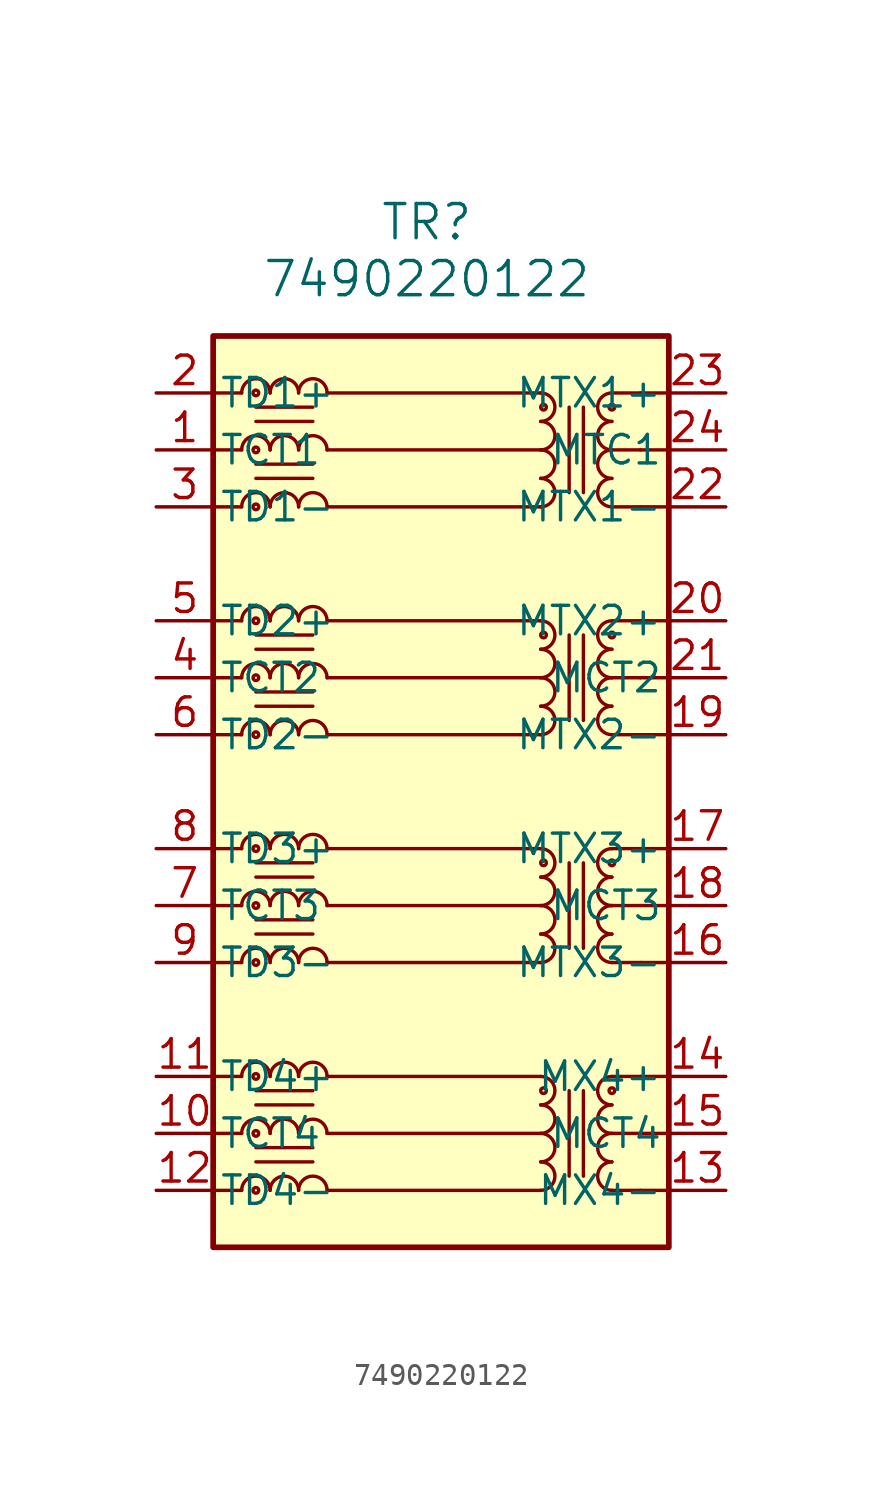
<source format=kicad_sym>
(kicad_symbol_lib
  (version 20211014)
  (generator kicad_symbol_editor)
  (symbol "7490220122"
    (pin_names
      (offset 0.254))
    (property "Reference" "TR"
      (at 20.32 10.16 0)
      (effects (font (size 1.524 1.524))))
    (property "Value" "7490220122"
      (at 20.32 7.62 0)
      (effects (font (size 1.524 1.524))))
    (symbol "7490220122_0_1"
      (polyline (pts (xy 10.795 -2.54) (xy 12.065 -2.54)) (stroke (width 0) (type default) (color 0 0 0 0)) (fill (type none)))
      (polyline (pts (xy 10.795 0) (xy 12.065 0)) (stroke (width 0) (type default) (color 0 0 0 0)) (fill (type none)))
      (polyline (pts (xy 10.795 2.54) (xy 12.065 2.54)) (stroke (width 0) (type default) (color 0 0 0 0)) (fill (type none)))
      (rectangle (start 10.795 -35.56) (end 31.115 5.08) (stroke (width 0.254) (type default) (color 0 0 0 0)) (fill (type background)))
      (pin passive line (at 8.255 0 0) (length 2.54) (name "TCT1" (effects (font (size 1.27 1.27)))) (number "1" (effects (font (size 1.27 1.27)))))
      (pin passive line (at 8.255 -30.48 0) (length 2.54) (name "TCT4" (effects (font (size 1.27 1.27)))) (number "10" (effects (font (size 1.27 1.27)))))
      (pin passive line (at 8.255 -27.94 0) (length 2.54) (name "TD4+" (effects (font (size 1.27 1.27)))) (number "11" (effects (font (size 1.27 1.27)))))
      (pin passive line (at 8.255 -33.02 0) (length 2.54) (name "TD4-" (effects (font (size 1.27 1.27)))) (number "12" (effects (font (size 1.27 1.27)))))
      (pin passive line (at 33.655 -33.02 180) (length 2.54) (name "MX4-" (effects (font (size 1.27 1.27)))) (number "13" (effects (font (size 1.27 1.27)))))
      (pin passive line (at 33.655 -27.94 180) (length 2.54) (name "MX4+" (effects (font (size 1.27 1.27)))) (number "14" (effects (font (size 1.27 1.27)))))
      (pin passive line (at 33.655 -30.48 180) (length 2.54) (name "MCT4" (effects (font (size 1.27 1.27)))) (number "15" (effects (font (size 1.27 1.27)))))
      (pin passive line (at 33.655 -22.86 180) (length 2.54) (name "MTX3-" (effects (font (size 1.27 1.27)))) (number "16" (effects (font (size 1.27 1.27)))))
      (pin passive line (at 33.655 -17.78 180) (length 2.54) (name "MTX3+" (effects (font (size 1.27 1.27)))) (number "17" (effects (font (size 1.27 1.27)))))
      (pin passive line (at 33.655 -20.32 180) (length 2.54) (name "MCT3" (effects (font (size 1.27 1.27)))) (number "18" (effects (font (size 1.27 1.27)))))
      (pin passive line (at 33.655 -12.7 180) (length 2.54) (name "MTX2-" (effects (font (size 1.27 1.27)))) (number "19" (effects (font (size 1.27 1.27)))))
      (pin passive line (at 8.255 2.54 0) (length 2.54) (name "TD1+" (effects (font (size 1.27 1.27)))) (number "2" (effects (font (size 1.27 1.27)))))
      (pin passive line (at 33.655 -7.62 180) (length 2.54) (name "MTX2+" (effects (font (size 1.27 1.27)))) (number "20" (effects (font (size 1.27 1.27)))))
      (pin passive line (at 33.655 -10.16 180) (length 2.54) (name "MCT2" (effects (font (size 1.27 1.27)))) (number "21" (effects (font (size 1.27 1.27)))))
      (pin passive line (at 33.655 -2.54 180) (length 2.54) (name "MTX1-" (effects (font (size 1.27 1.27)))) (number "22" (effects (font (size 1.27 1.27)))))
      (pin passive line (at 33.655 2.54 180) (length 2.54) (name "MTX1+" (effects (font (size 1.27 1.27)))) (number "23" (effects (font (size 1.27 1.27)))))
      (pin passive line (at 33.655 0 180) (length 2.54) (name "MTC1" (effects (font (size 1.27 1.27)))) (number "24" (effects (font (size 1.27 1.27)))))
      (pin passive line (at 8.255 -2.54 0) (length 2.54) (name "TD1-" (effects (font (size 1.27 1.27)))) (number "3" (effects (font (size 1.27 1.27)))))
      (pin passive line (at 8.255 -10.16 0) (length 2.54) (name "TCT2" (effects (font (size 1.27 1.27)))) (number "4" (effects (font (size 1.27 1.27)))))
      (pin passive line (at 8.255 -7.62 0) (length 2.54) (name "TD2+" (effects (font (size 1.27 1.27)))) (number "5" (effects (font (size 1.27 1.27)))))
      (pin passive line (at 8.255 -12.7 0) (length 2.54) (name "TD2-" (effects (font (size 1.27 1.27)))) (number "6" (effects (font (size 1.27 1.27)))))
      (pin passive line (at 8.255 -20.32 0) (length 2.54) (name "TCT3" (effects (font (size 1.27 1.27)))) (number "7" (effects (font (size 1.27 1.27)))))
      (pin passive line (at 8.255 -17.78 0) (length 2.54) (name "TD3+" (effects (font (size 1.27 1.27)))) (number "8" (effects (font (size 1.27 1.27)))))
      (pin passive line (at 8.255 -22.86 0) (length 2.54) (name "TD3-" (effects (font (size 1.27 1.27)))) (number "9" (effects (font (size 1.27 1.27))))))
    (symbol "7490220122_1_1"
      (polyline (pts (xy 10.795 -33.02) (xy 12.065 -33.02)) (stroke (width 0) (type default) (color 0 0 0 0)) (fill (type none)))
      (polyline (pts (xy 10.795 -30.48) (xy 12.065 -30.48)) (stroke (width 0) (type default) (color 0 0 0 0)) (fill (type none)))
      (polyline (pts (xy 10.795 -27.94) (xy 12.065 -27.94)) (stroke (width 0) (type default) (color 0 0 0 0)) (fill (type none)))
      (polyline (pts (xy 10.795 -22.86) (xy 12.065 -22.86)) (stroke (width 0) (type default) (color 0 0 0 0)) (fill (type none)))
      (polyline (pts (xy 10.795 -20.32) (xy 12.065 -20.32)) (stroke (width 0) (type default) (color 0 0 0 0)) (fill (type none)))
      (polyline (pts (xy 10.795 -17.78) (xy 12.065 -17.78)) (stroke (width 0) (type default) (color 0 0 0 0)) (fill (type none)))
      (polyline (pts (xy 10.795 -12.7) (xy 12.065 -12.7)) (stroke (width 0) (type default) (color 0 0 0 0)) (fill (type none)))
      (polyline (pts (xy 10.795 -10.16) (xy 12.065 -10.16)) (stroke (width 0) (type default) (color 0 0 0 0)) (fill (type none)))
      (polyline (pts (xy 10.795 -7.62) (xy 12.065 -7.62)) (stroke (width 0) (type default) (color 0 0 0 0)) (fill (type none)))
      (polyline (pts (xy 12.7 -31.75) (xy 15.24 -31.75)) (stroke (width 0) (type default) (color 0 0 0 0)) (fill (type none)))
      (polyline (pts (xy 12.7 -31.115) (xy 15.24 -31.115)) (stroke (width 0) (type default) (color 0 0 0 0)) (fill (type none)))
      (polyline (pts (xy 12.7 -29.21) (xy 15.24 -29.21)) (stroke (width 0) (type default) (color 0 0 0 0)) (fill (type none)))
      (polyline (pts (xy 12.7 -28.575) (xy 15.24 -28.575)) (stroke (width 0) (type default) (color 0 0 0 0)) (fill (type none)))
      (polyline (pts (xy 12.7 -21.59) (xy 15.24 -21.59)) (stroke (width 0) (type default) (color 0 0 0 0)) (fill (type none)))
      (polyline (pts (xy 12.7 -20.955) (xy 15.24 -20.955)) (stroke (width 0) (type default) (color 0 0 0 0)) (fill (type none)))
      (polyline (pts (xy 12.7 -19.05) (xy 15.24 -19.05)) (stroke (width 0) (type default) (color 0 0 0 0)) (fill (type none)))
      (polyline (pts (xy 12.7 -18.415) (xy 15.24 -18.415)) (stroke (width 0) (type default) (color 0 0 0 0)) (fill (type none)))
      (polyline (pts (xy 12.7 -11.43) (xy 15.24 -11.43)) (stroke (width 0) (type default) (color 0 0 0 0)) (fill (type none)))
      (polyline (pts (xy 12.7 -10.795) (xy 15.24 -10.795)) (stroke (width 0) (type default) (color 0 0 0 0)) (fill (type none)))
      (polyline (pts (xy 12.7 -8.89) (xy 15.24 -8.89)) (stroke (width 0) (type default) (color 0 0 0 0)) (fill (type none)))
      (polyline (pts (xy 12.7 -8.255) (xy 15.24 -8.255)) (stroke (width 0) (type default) (color 0 0 0 0)) (fill (type none)))
      (polyline (pts (xy 12.7 -1.27) (xy 15.24 -1.27)) (stroke (width 0) (type default) (color 0 0 0 0)) (fill (type none)))
      (polyline (pts (xy 12.7 -0.635) (xy 15.24 -0.635)) (stroke (width 0) (type default) (color 0 0 0 0)) (fill (type none)))
      (polyline (pts (xy 12.7 1.27) (xy 15.24 1.27)) (stroke (width 0) (type default) (color 0 0 0 0)) (fill (type none)))
      (polyline (pts (xy 12.7 1.905) (xy 15.24 1.905)) (stroke (width 0) (type default) (color 0 0 0 0)) (fill (type none)))
      (polyline (pts (xy 15.875 -33.02) (xy 25.4 -33.02)) (stroke (width 0) (type default) (color 0 0 0 0)) (fill (type none)))
      (polyline (pts (xy 15.875 -30.48) (xy 25.4 -30.48)) (stroke (width 0) (type default) (color 0 0 0 0)) (fill (type none)))
      (polyline (pts (xy 15.875 -27.94) (xy 25.4 -27.94)) (stroke (width 0) (type default) (color 0 0 0 0)) (fill (type none)))
      (polyline (pts (xy 15.875 -22.86) (xy 25.4 -22.86)) (stroke (width 0) (type default) (color 0 0 0 0)) (fill (type none)))
      (polyline (pts (xy 15.875 -20.32) (xy 25.4 -20.32)) (stroke (width 0) (type default) (color 0 0 0 0)) (fill (type none)))
      (polyline (pts (xy 15.875 -17.78) (xy 25.4 -17.78)) (stroke (width 0) (type default) (color 0 0 0 0)) (fill (type none)))
      (polyline (pts (xy 15.875 -12.7) (xy 25.4 -12.7)) (stroke (width 0) (type default) (color 0 0 0 0)) (fill (type none)))
      (polyline (pts (xy 15.875 -10.16) (xy 25.4 -10.16)) (stroke (width 0) (type default) (color 0 0 0 0)) (fill (type none)))
      (polyline (pts (xy 15.875 -7.62) (xy 25.4 -7.62)) (stroke (width 0) (type default) (color 0 0 0 0)) (fill (type none)))
      (polyline (pts (xy 15.875 -2.54) (xy 25.4 -2.54)) (stroke (width 0) (type default) (color 0 0 0 0)) (fill (type none)))
      (polyline (pts (xy 15.875 0) (xy 25.4 0)) (stroke (width 0) (type default) (color 0 0 0 0)) (fill (type none)))
      (polyline (pts (xy 15.875 2.54) (xy 25.4 2.54)) (stroke (width 0) (type default) (color 0 0 0 0)) (fill (type none)))
      (polyline (pts (xy 26.67 -32.385) (xy 26.67 -28.575)) (stroke (width 0) (type default) (color 0 0 0 0)) (fill (type none)))
      (polyline (pts (xy 26.67 -22.225) (xy 26.67 -18.415)) (stroke (width 0) (type default) (color 0 0 0 0)) (fill (type none)))
      (polyline (pts (xy 26.67 -12.065) (xy 26.67 -8.255)) (stroke (width 0) (type default) (color 0 0 0 0)) (fill (type none)))
      (polyline (pts (xy 26.67 -1.905) (xy 26.67 1.905)) (stroke (width 0) (type default) (color 0 0 0 0)) (fill (type none)))
      (polyline (pts (xy 27.305 -32.385) (xy 27.305 -28.575)) (stroke (width 0) (type default) (color 0 0 0 0)) (fill (type none)))
      (polyline (pts (xy 27.305 -22.225) (xy 27.305 -18.415)) (stroke (width 0) (type default) (color 0 0 0 0)) (fill (type none)))
      (polyline (pts (xy 27.305 -12.065) (xy 27.305 -8.255)) (stroke (width 0) (type default) (color 0 0 0 0)) (fill (type none)))
      (polyline (pts (xy 27.305 -1.905) (xy 27.305 1.905)) (stroke (width 0) (type default) (color 0 0 0 0)) (fill (type none)))
      (polyline (pts (xy 29.845 -33.02) (xy 28.575 -33.02)) (stroke (width 0) (type default) (color 0 0 0 0)) (fill (type none)))
      (polyline (pts (xy 29.845 -30.48) (xy 28.575 -30.48)) (stroke (width 0) (type default) (color 0 0 0 0)) (fill (type none)))
      (polyline (pts (xy 29.845 -27.94) (xy 28.575 -27.94)) (stroke (width 0) (type default) (color 0 0 0 0)) (fill (type none)))
      (polyline (pts (xy 29.845 -22.86) (xy 28.575 -22.86)) (stroke (width 0) (type default) (color 0 0 0 0)) (fill (type none)))
      (polyline (pts (xy 29.845 -20.32) (xy 28.575 -20.32)) (stroke (width 0) (type default) (color 0 0 0 0)) (fill (type none)))
      (polyline (pts (xy 29.845 -17.78) (xy 28.575 -17.78)) (stroke (width 0) (type default) (color 0 0 0 0)) (fill (type none)))
      (polyline (pts (xy 29.845 -12.7) (xy 28.575 -12.7)) (stroke (width 0) (type default) (color 0 0 0 0)) (fill (type none)))
      (polyline (pts (xy 29.845 -10.16) (xy 28.575 -10.16)) (stroke (width 0) (type default) (color 0 0 0 0)) (fill (type none)))
      (polyline (pts (xy 29.845 -7.62) (xy 28.575 -7.62)) (stroke (width 0) (type default) (color 0 0 0 0)) (fill (type none)))
      (polyline (pts (xy 29.845 -2.54) (xy 28.575 -2.54)) (stroke (width 0) (type default) (color 0 0 0 0)) (fill (type none)))
      (polyline (pts (xy 29.845 0) (xy 28.575 0)) (stroke (width 0) (type default) (color 0 0 0 0)) (fill (type none)))
      (polyline (pts (xy 29.845 2.54) (xy 28.575 2.54)) (stroke (width 0) (type default) (color 0 0 0 0)) (fill (type none)))
      (polyline (pts (xy 31.115 -33.02) (xy 29.845 -33.02)) (stroke (width 0) (type default) (color 0 0 0 0)) (fill (type none)))
      (polyline (pts (xy 31.115 -30.48) (xy 29.845 -30.48)) (stroke (width 0) (type default) (color 0 0 0 0)) (fill (type none)))
      (polyline (pts (xy 31.115 -27.94) (xy 29.845 -27.94)) (stroke (width 0) (type default) (color 0 0 0 0)) (fill (type none)))
      (polyline (pts (xy 31.115 -22.86) (xy 29.845 -22.86)) (stroke (width 0) (type default) (color 0 0 0 0)) (fill (type none)))
      (polyline (pts (xy 31.115 -20.32) (xy 29.845 -20.32)) (stroke (width 0) (type default) (color 0 0 0 0)) (fill (type none)))
      (polyline (pts (xy 31.115 -17.78) (xy 29.845 -17.78)) (stroke (width 0) (type default) (color 0 0 0 0)) (fill (type none)))
      (polyline (pts (xy 31.115 -12.7) (xy 29.845 -12.7)) (stroke (width 0) (type default) (color 0 0 0 0)) (fill (type none)))
      (polyline (pts (xy 31.115 -10.16) (xy 29.845 -10.16)) (stroke (width 0) (type default) (color 0 0 0 0)) (fill (type none)))
      (polyline (pts (xy 31.115 -7.62) (xy 29.845 -7.62)) (stroke (width 0) (type default) (color 0 0 0 0)) (fill (type none)))
      (polyline (pts (xy 31.115 -2.54) (xy 29.845 -2.54)) (stroke (width 0) (type default) (color 0 0 0 0)) (fill (type none)))
      (polyline (pts (xy 31.115 0) (xy 29.845 0)) (stroke (width 0) (type default) (color 0 0 0 0)) (fill (type none)))
      (polyline (pts (xy 31.115 2.54) (xy 29.845 2.54)) (stroke (width 0) (type default) (color 0 0 0 0)) (fill (type none)))
      (circle (center 12.7 -33.02) (radius 0.127) (stroke (width 0) (type default) (color 0 0 0 0)) (fill (type none)))
      (circle (center 12.7 -30.48) (radius 0.127) (stroke (width 0) (type default) (color 0 0 0 0)) (fill (type none)))
      (circle (center 12.7 -27.94) (radius 0.127) (stroke (width 0) (type default) (color 0 0 0 0)) (fill (type none)))
      (circle (center 12.7 -22.86) (radius 0.127) (stroke (width 0) (type default) (color 0 0 0 0)) (fill (type none)))
      (circle (center 12.7 -20.32) (radius 0.127) (stroke (width 0) (type default) (color 0 0 0 0)) (fill (type none)))
      (circle (center 12.7 -17.78) (radius 0.127) (stroke (width 0) (type default) (color 0 0 0 0)) (fill (type none)))
      (circle (center 12.7 -12.7) (radius 0.127) (stroke (width 0) (type default) (color 0 0 0 0)) (fill (type none)))
      (circle (center 12.7 -10.16) (radius 0.127) (stroke (width 0) (type default) (color 0 0 0 0)) (fill (type none)))
      (circle (center 12.7 -7.62) (radius 0.127) (stroke (width 0) (type default) (color 0 0 0 0)) (fill (type none)))
      (circle (center 12.7 -2.54) (radius 0.127) (stroke (width 0) (type default) (color 0 0 0 0)) (fill (type none)))
      (circle (center 12.7 0) (radius 0.127) (stroke (width 0) (type default) (color 0 0 0 0)) (fill (type none)))
      (circle (center 12.7 2.54) (radius 0.127) (stroke (width 0) (type default) (color 0 0 0 0)) (fill (type none)))
      (arc (start 13.335 -33.02) (mid 12.7 -32.385) (end 12.065 -33.02) (stroke (width 0) (type default) (color 0 0 0 0)) (fill (type none)))
      (arc (start 13.335 -30.48) (mid 12.7 -29.845) (end 12.065 -30.48) (stroke (width 0) (type default) (color 0 0 0 0)) (fill (type none)))
      (arc (start 13.335 -27.94) (mid 12.7 -27.305) (end 12.065 -27.94) (stroke (width 0) (type default) (color 0 0 0 0)) (fill (type none)))
      (arc (start 13.335 -22.86) (mid 12.7 -22.225) (end 12.065 -22.86) (stroke (width 0) (type default) (color 0 0 0 0)) (fill (type none)))
      (arc (start 13.335 -20.32) (mid 12.7 -19.685) (end 12.065 -20.32) (stroke (width 0) (type default) (color 0 0 0 0)) (fill (type none)))
      (arc (start 13.335 -17.78) (mid 12.7 -17.145) (end 12.065 -17.78) (stroke (width 0) (type default) (color 0 0 0 0)) (fill (type none)))
      (arc (start 13.335 -12.7) (mid 12.7 -12.065) (end 12.065 -12.7) (stroke (width 0) (type default) (color 0 0 0 0)) (fill (type none)))
      (arc (start 13.335 -10.16) (mid 12.7 -9.525) (end 12.065 -10.16) (stroke (width 0) (type default) (color 0 0 0 0)) (fill (type none)))
      (arc (start 13.335 -7.62) (mid 12.7 -6.985) (end 12.065 -7.62) (stroke (width 0) (type default) (color 0 0 0 0)) (fill (type none)))
      (arc (start 13.335 -2.54) (mid 12.7 -1.905) (end 12.065 -2.54) (stroke (width 0) (type default) (color 0 0 0 0)) (fill (type none)))
      (arc (start 13.335 0) (mid 12.7 0.635) (end 12.065 0) (stroke (width 0) (type default) (color 0 0 0 0)) (fill (type none)))
      (arc (start 13.335 2.54) (mid 12.7 3.175) (end 12.065 2.54) (stroke (width 0) (type default) (color 0 0 0 0)) (fill (type none)))
      (arc (start 14.605 -33.02) (mid 13.97 -32.385) (end 13.335 -33.02) (stroke (width 0) (type default) (color 0 0 0 0)) (fill (type none)))
      (arc (start 14.605 -30.48) (mid 13.97 -29.845) (end 13.335 -30.48) (stroke (width 0) (type default) (color 0 0 0 0)) (fill (type none)))
      (arc (start 14.605 -27.94) (mid 13.97 -27.305) (end 13.335 -27.94) (stroke (width 0) (type default) (color 0 0 0 0)) (fill (type none)))
      (arc (start 14.605 -22.86) (mid 13.97 -22.225) (end 13.335 -22.86) (stroke (width 0) (type default) (color 0 0 0 0)) (fill (type none)))
      (arc (start 14.605 -20.32) (mid 13.97 -19.685) (end 13.335 -20.32) (stroke (width 0) (type default) (color 0 0 0 0)) (fill (type none)))
      (arc (start 14.605 -17.78) (mid 13.97 -17.145) (end 13.335 -17.78) (stroke (width 0) (type default) (color 0 0 0 0)) (fill (type none)))
      (arc (start 14.605 -12.7) (mid 13.97 -12.065) (end 13.335 -12.7) (stroke (width 0) (type default) (color 0 0 0 0)) (fill (type none)))
      (arc (start 14.605 -10.16) (mid 13.97 -9.525) (end 13.335 -10.16) (stroke (width 0) (type default) (color 0 0 0 0)) (fill (type none)))
      (arc (start 14.605 -7.62) (mid 13.97 -6.985) (end 13.335 -7.62) (stroke (width 0) (type default) (color 0 0 0 0)) (fill (type none)))
      (arc (start 14.605 -2.54) (mid 13.97 -1.905) (end 13.335 -2.54) (stroke (width 0) (type default) (color 0 0 0 0)) (fill (type none)))
      (arc (start 14.605 0) (mid 13.97 0.635) (end 13.335 0) (stroke (width 0) (type default) (color 0 0 0 0)) (fill (type none)))
      (arc (start 14.605 2.54) (mid 13.97 3.175) (end 13.335 2.54) (stroke (width 0) (type default) (color 0 0 0 0)) (fill (type none)))
      (arc (start 15.875 -33.02) (mid 15.24 -32.385) (end 14.605 -33.02) (stroke (width 0) (type default) (color 0 0 0 0)) (fill (type none)))
      (arc (start 15.875 -30.48) (mid 15.24 -29.845) (end 14.605 -30.48) (stroke (width 0) (type default) (color 0 0 0 0)) (fill (type none)))
      (arc (start 15.875 -27.94) (mid 15.24 -27.305) (end 14.605 -27.94) (stroke (width 0) (type default) (color 0 0 0 0)) (fill (type none)))
      (arc (start 15.875 -22.86) (mid 15.24 -22.225) (end 14.605 -22.86) (stroke (width 0) (type default) (color 0 0 0 0)) (fill (type none)))
      (arc (start 15.875 -20.32) (mid 15.24 -19.685) (end 14.605 -20.32) (stroke (width 0) (type default) (color 0 0 0 0)) (fill (type none)))
      (arc (start 15.875 -17.78) (mid 15.24 -17.145) (end 14.605 -17.78) (stroke (width 0) (type default) (color 0 0 0 0)) (fill (type none)))
      (arc (start 15.875 -12.7) (mid 15.24 -12.065) (end 14.605 -12.7) (stroke (width 0) (type default) (color 0 0 0 0)) (fill (type none)))
      (arc (start 15.875 -10.16) (mid 15.24 -9.525) (end 14.605 -10.16) (stroke (width 0) (type default) (color 0 0 0 0)) (fill (type none)))
      (arc (start 15.875 -7.62) (mid 15.24 -6.985) (end 14.605 -7.62) (stroke (width 0) (type default) (color 0 0 0 0)) (fill (type none)))
      (arc (start 15.875 -2.54) (mid 15.24 -1.905) (end 14.605 -2.54) (stroke (width 0) (type default) (color 0 0 0 0)) (fill (type none)))
      (arc (start 15.875 0) (mid 15.24 0.635) (end 14.605 0) (stroke (width 0) (type default) (color 0 0 0 0)) (fill (type none)))
      (arc (start 15.875 2.54) (mid 15.24 3.175) (end 14.605 2.54) (stroke (width 0) (type default) (color 0 0 0 0)) (fill (type none)))
      (arc (start 25.4 -33.02) (mid 26.035 -32.385) (end 25.4 -31.75) (stroke (width 0) (type default) (color 0 0 0 0)) (fill (type none)))
      (arc (start 25.4 -31.75) (mid 26.035 -31.115) (end 25.4 -30.48) (stroke (width 0) (type default) (color 0 0 0 0)) (fill (type none)))
      (arc (start 25.4 -30.48) (mid 26.035 -29.845) (end 25.4 -29.21) (stroke (width 0) (type default) (color 0 0 0 0)) (fill (type none)))
      (arc (start 25.4 -29.21) (mid 26.035 -28.575) (end 25.4 -27.94) (stroke (width 0) (type default) (color 0 0 0 0)) (fill (type none)))
      (arc (start 25.4 -22.86) (mid 26.035 -22.225) (end 25.4 -21.59) (stroke (width 0) (type default) (color 0 0 0 0)) (fill (type none)))
      (arc (start 25.4 -21.59) (mid 26.035 -20.955) (end 25.4 -20.32) (stroke (width 0) (type default) (color 0 0 0 0)) (fill (type none)))
      (arc (start 25.4 -20.32) (mid 26.035 -19.685) (end 25.4 -19.05) (stroke (width 0) (type default) (color 0 0 0 0)) (fill (type none)))
      (arc (start 25.4 -19.05) (mid 26.035 -18.415) (end 25.4 -17.78) (stroke (width 0) (type default) (color 0 0 0 0)) (fill (type none)))
      (arc (start 25.4 -12.7) (mid 26.035 -12.065) (end 25.4 -11.43) (stroke (width 0) (type default) (color 0 0 0 0)) (fill (type none)))
      (arc (start 25.4 -11.43) (mid 26.035 -10.795) (end 25.4 -10.16) (stroke (width 0) (type default) (color 0 0 0 0)) (fill (type none)))
      (arc (start 25.4 -10.16) (mid 26.035 -9.525) (end 25.4 -8.89) (stroke (width 0) (type default) (color 0 0 0 0)) (fill (type none)))
      (arc (start 25.4 -8.89) (mid 26.035 -8.255) (end 25.4 -7.62) (stroke (width 0) (type default) (color 0 0 0 0)) (fill (type none)))
      (arc (start 25.4 -2.54) (mid 26.035 -1.905) (end 25.4 -1.27) (stroke (width 0) (type default) (color 0 0 0 0)) (fill (type none)))
      (arc (start 25.4 -1.27) (mid 26.035 -0.635) (end 25.4 0) (stroke (width 0) (type default) (color 0 0 0 0)) (fill (type none)))
      (arc (start 25.4 0) (mid 26.035 0.635) (end 25.4 1.27) (stroke (width 0) (type default) (color 0 0 0 0)) (fill (type none)))
      (arc (start 25.4 1.27) (mid 26.035 1.905) (end 25.4 2.54) (stroke (width 0) (type default) (color 0 0 0 0)) (fill (type none)))
      (circle (center 25.527 -28.575) (radius 0.127) (stroke (width 0) (type default) (color 0 0 0 0)) (fill (type none)))
      (circle (center 25.527 -18.415) (radius 0.127) (stroke (width 0) (type default) (color 0 0 0 0)) (fill (type none)))
      (circle (center 25.527 -8.255) (radius 0.127) (stroke (width 0) (type default) (color 0 0 0 0)) (fill (type none)))
      (circle (center 25.527 1.905) (radius 0.127) (stroke (width 0) (type default) (color 0 0 0 0)) (fill (type none)))
      (arc (start 28.575 -31.75) (mid 27.94 -32.385) (end 28.575 -33.02) (stroke (width 0) (type default) (color 0 0 0 0)) (fill (type none)))
      (arc (start 28.575 -30.48) (mid 27.94 -31.115) (end 28.575 -31.75) (stroke (width 0) (type default) (color 0 0 0 0)) (fill (type none)))
      (arc (start 28.575 -29.21) (mid 27.94 -29.845) (end 28.575 -30.48) (stroke (width 0) (type default) (color 0 0 0 0)) (fill (type none)))
      (circle (center 28.575 -28.575) (radius 0.127) (stroke (width 0) (type default) (color 0 0 0 0)) (fill (type none)))
      (arc (start 28.575 -27.94) (mid 27.94 -28.575) (end 28.575 -29.21) (stroke (width 0) (type default) (color 0 0 0 0)) (fill (type none)))
      (arc (start 28.575 -21.59) (mid 27.94 -22.225) (end 28.575 -22.86) (stroke (width 0) (type default) (color 0 0 0 0)) (fill (type none)))
      (arc (start 28.575 -20.32) (mid 27.94 -20.955) (end 28.575 -21.59) (stroke (width 0) (type default) (color 0 0 0 0)) (fill (type none)))
      (arc (start 28.575 -19.05) (mid 27.94 -19.685) (end 28.575 -20.32) (stroke (width 0) (type default) (color 0 0 0 0)) (fill (type none)))
      (circle (center 28.575 -18.415) (radius 0.127) (stroke (width 0) (type default) (color 0 0 0 0)) (fill (type none)))
      (arc (start 28.575 -17.78) (mid 27.94 -18.415) (end 28.575 -19.05) (stroke (width 0) (type default) (color 0 0 0 0)) (fill (type none)))
      (arc (start 28.575 -11.43) (mid 27.94 -12.065) (end 28.575 -12.7) (stroke (width 0) (type default) (color 0 0 0 0)) (fill (type none)))
      (arc (start 28.575 -10.16) (mid 27.94 -10.795) (end 28.575 -11.43) (stroke (width 0) (type default) (color 0 0 0 0)) (fill (type none)))
      (arc (start 28.575 -8.89) (mid 27.94 -9.525) (end 28.575 -10.16) (stroke (width 0) (type default) (color 0 0 0 0)) (fill (type none)))
      (circle (center 28.575 -8.255) (radius 0.127) (stroke (width 0) (type default) (color 0 0 0 0)) (fill (type none)))
      (arc (start 28.575 -7.62) (mid 27.94 -8.255) (end 28.575 -8.89) (stroke (width 0) (type default) (color 0 0 0 0)) (fill (type none)))
      (arc (start 28.575 -1.27) (mid 27.94 -1.905) (end 28.575 -2.54) (stroke (width 0) (type default) (color 0 0 0 0)) (fill (type none)))
      (arc (start 28.575 0) (mid 27.94 -0.635) (end 28.575 -1.27) (stroke (width 0) (type default) (color 0 0 0 0)) (fill (type none)))
      (arc (start 28.575 1.27) (mid 27.94 0.635) (end 28.575 0) (stroke (width 0) (type default) (color 0 0 0 0)) (fill (type none)))
      (circle (center 28.575 1.905) (radius 0.127) (stroke (width 0) (type default) (color 0 0 0 0)) (fill (type none)))
      (arc (start 28.575 2.54) (mid 27.94 1.905) (end 28.575 1.27) (stroke (width 0) (type default) (color 0 0 0 0)) (fill (type none))))))
</source>
